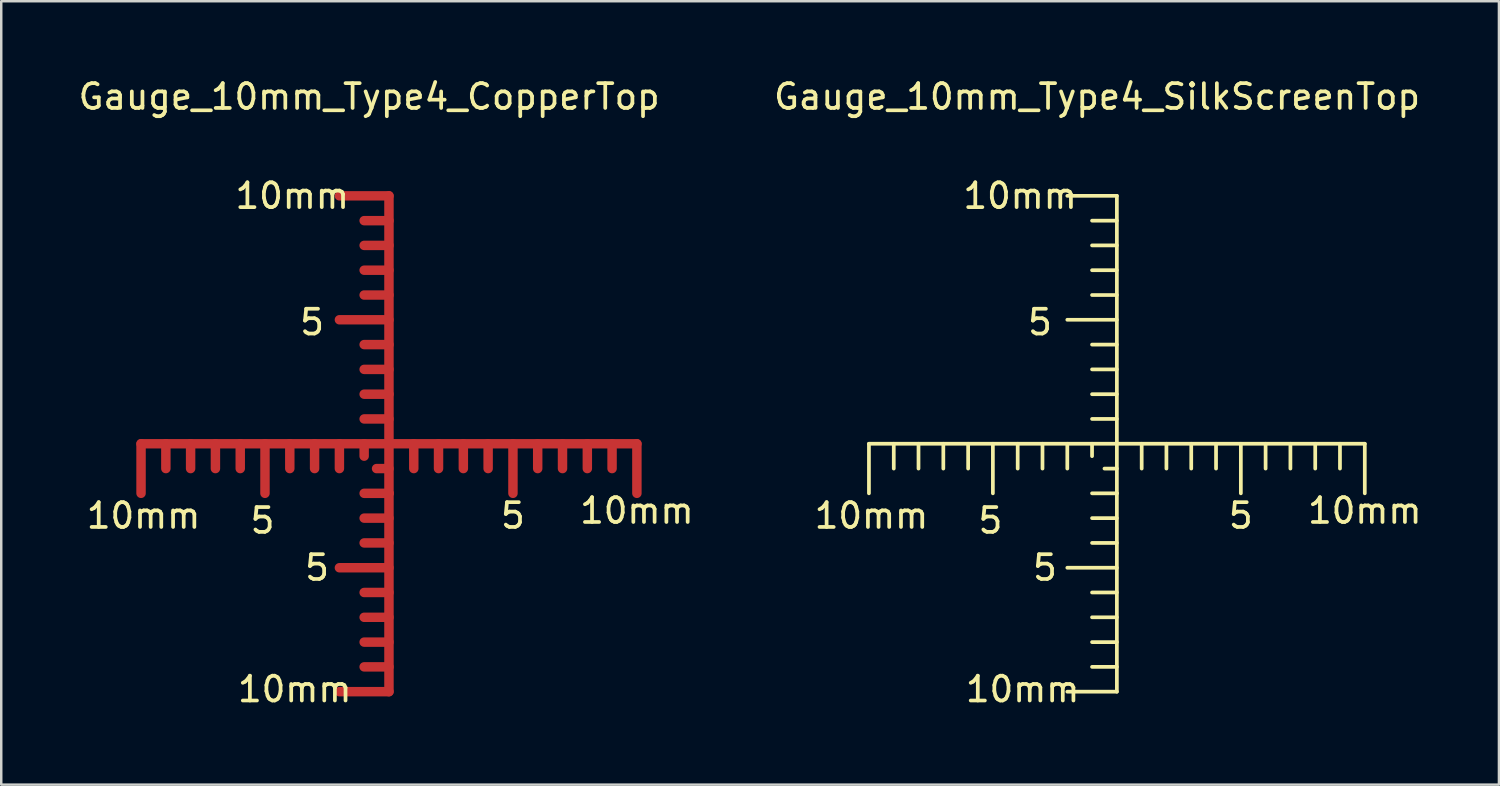
<source format=kicad_pcb>
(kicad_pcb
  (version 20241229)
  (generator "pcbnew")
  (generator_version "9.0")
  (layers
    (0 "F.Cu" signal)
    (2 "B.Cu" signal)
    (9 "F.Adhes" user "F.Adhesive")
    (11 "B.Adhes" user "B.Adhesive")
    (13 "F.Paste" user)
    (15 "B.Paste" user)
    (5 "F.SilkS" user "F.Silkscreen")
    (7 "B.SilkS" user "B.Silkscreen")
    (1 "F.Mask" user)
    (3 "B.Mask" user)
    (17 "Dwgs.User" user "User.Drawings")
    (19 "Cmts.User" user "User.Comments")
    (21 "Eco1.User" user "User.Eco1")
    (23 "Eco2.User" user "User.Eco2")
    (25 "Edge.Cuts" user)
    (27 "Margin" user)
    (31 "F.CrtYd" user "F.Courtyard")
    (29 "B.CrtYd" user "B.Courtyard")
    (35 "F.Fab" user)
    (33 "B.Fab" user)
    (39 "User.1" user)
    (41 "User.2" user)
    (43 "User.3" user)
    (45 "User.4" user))
  (footprint "Gauge_10mm_Type4_CopperTop"
    (layer "F.Cu")
    (at 12.639 14.849)
    (property "Reference" "Gauge_10mm_Type4_CopperTop" (at -0.8 -14 0) (layer "F.SilkS") (effects (font (size 1 1) (thickness 0.15))))
    (attr through_hole)
    (fp_line (start -10 0) (end -10 1.999) (stroke (width 0.381) (type solid)) (layer "F.Cu"))
    (fp_line (start -8.999 0) (end -8.999 1.001) (stroke (width 0.381) (type solid)) (layer "F.Cu"))
    (fp_line (start -8.001 0) (end -8.001 1.001) (stroke (width 0.381) (type solid)) (layer "F.Cu"))
    (fp_line (start -7 0) (end -7 1.001) (stroke (width 0.381) (type solid)) (layer "F.Cu"))
    (fp_line (start -5.999 0) (end -5.999 1.001) (stroke (width 0.381) (type solid)) (layer "F.Cu"))
    (fp_line (start -5.001 0) (end -5.001 1.999) (stroke (width 0.381) (type solid)) (layer "F.Cu"))
    (fp_line (start -4 0) (end -4 1.001) (stroke (width 0.381) (type solid)) (layer "F.Cu"))
    (fp_line (start -3 0) (end -3 1.001) (stroke (width 0.381) (type solid)) (layer "F.Cu"))
    (fp_line (start -1.999 0) (end -1.999 1.001) (stroke (width 0.381) (type solid)) (layer "F.Cu"))
    (fp_line (start -1.001 0) (end -1.001 0.5) (stroke (width 0.381) (type solid)) (layer "F.Cu"))
    (fp_line (start 0 -10) (end -1.999 -10) (stroke (width 0.381) (type solid)) (layer "F.Cu"))
    (fp_line (start 0 -8.999) (end -1.001 -8.999) (stroke (width 0.381) (type solid)) (layer "F.Cu"))
    (fp_line (start 0 -8.001) (end -1.001 -8.001) (stroke (width 0.381) (type solid)) (layer "F.Cu"))
    (fp_line (start 0 -7) (end -1.001 -7) (stroke (width 0.381) (type solid)) (layer "F.Cu"))
    (fp_line (start 0 -5.999) (end -1.001 -5.999) (stroke (width 0.381) (type solid)) (layer "F.Cu"))
    (fp_line (start 0 -5.001) (end -1.999 -5.001) (stroke (width 0.381) (type solid)) (layer "F.Cu"))
    (fp_line (start 0 -4) (end -1.001 -4) (stroke (width 0.381) (type solid)) (layer "F.Cu"))
    (fp_line (start 0 -3) (end -1.001 -3) (stroke (width 0.381) (type solid)) (layer "F.Cu"))
    (fp_line (start 0 -1.999) (end -1.001 -1.999) (stroke (width 0.381) (type solid)) (layer "F.Cu"))
    (fp_line (start 0 -1.001) (end -1.001 -1.001) (stroke (width 0.381) (type solid)) (layer "F.Cu"))
    (fp_line (start 0 0) (end -10 0) (stroke (width 0.381) (type solid)) (layer "F.Cu"))
    (fp_line (start 0 0) (end 0 -10) (stroke (width 0.381) (type solid)) (layer "F.Cu"))
    (fp_line (start 0 0) (end 0 1.999) (stroke (width 0.381) (type solid)) (layer "F.Cu"))
    (fp_line (start 0 0) (end 10 0) (stroke (width 0.381) (type solid)) (layer "F.Cu"))
    (fp_line (start 0 1.001) (end -0.5 1.001) (stroke (width 0.381) (type solid)) (layer "F.Cu"))
    (fp_line (start 0 1.999) (end -1.001 1.999) (stroke (width 0.381) (type solid)) (layer "F.Cu"))
    (fp_line (start 0 1.999) (end 0 10) (stroke (width 0.381) (type solid)) (layer "F.Cu"))
    (fp_line (start 0 3) (end -1.001 3) (stroke (width 0.381) (type solid)) (layer "F.Cu"))
    (fp_line (start 0 4) (end -1.001 4) (stroke (width 0.381) (type solid)) (layer "F.Cu"))
    (fp_line (start 0 5.001) (end -1.999 5.001) (stroke (width 0.381) (type solid)) (layer "F.Cu"))
    (fp_line (start 0 5.999) (end -1.001 5.999) (stroke (width 0.381) (type solid)) (layer "F.Cu"))
    (fp_line (start 0 7) (end -1.001 7) (stroke (width 0.381) (type solid)) (layer "F.Cu"))
    (fp_line (start 0 8.001) (end -1.001 8.001) (stroke (width 0.381) (type solid)) (layer "F.Cu"))
    (fp_line (start 0 8.999) (end -1.001 8.999) (stroke (width 0.381) (type solid)) (layer "F.Cu"))
    (fp_line (start 0 10) (end -1.999 10) (stroke (width 0.381) (type solid)) (layer "F.Cu"))
    (fp_line (start 1.001 0) (end 1.001 1.001) (stroke (width 0.381) (type solid)) (layer "F.Cu"))
    (fp_line (start 1.999 0) (end 1.999 1.001) (stroke (width 0.381) (type solid)) (layer "F.Cu"))
    (fp_line (start 3 0) (end 3 1.001) (stroke (width 0.381) (type solid)) (layer "F.Cu"))
    (fp_line (start 4 0) (end 4 1.001) (stroke (width 0.381) (type solid)) (layer "F.Cu"))
    (fp_line (start 5.001 0) (end 5.001 1.999) (stroke (width 0.381) (type solid)) (layer "F.Cu"))
    (fp_line (start 5.999 0) (end 5.999 1.001) (stroke (width 0.381) (type solid)) (layer "F.Cu"))
    (fp_line (start 7 0) (end 7 1.001) (stroke (width 0.381) (type solid)) (layer "F.Cu"))
    (fp_line (start 8.001 0) (end 8.001 1.001) (stroke (width 0.381) (type solid)) (layer "F.Cu"))
    (fp_line (start 8.999 0) (end 8.999 1.001) (stroke (width 0.381) (type solid)) (layer "F.Cu"))
    (fp_line (start 10 0) (end 10 1.999) (stroke (width 0.381) (type solid)) (layer "F.Cu"))
    (fp_text user "5" (at 4.999 2.901 0) (layer "F.SilkS") (effects (font (size 1 1) (thickness 0.15))))
    (fp_text user "5" (at -2.901 4.999 0) (layer "F.SilkS") (effects (font (size 1 1) (thickness 0.15))))
    (fp_text user "5" (at -3.101 -4.9 0) (layer "F.SilkS") (effects (font (size 1 1) (thickness 0.15))))
    (fp_text user "5" (at -5.1 3.099 0) (layer "F.SilkS") (effects (font (size 1 1) (thickness 0.15))))
    (fp_text user "10mm" (at 10 2.7 0) (layer "F.SilkS") (effects (font (size 1 1) (thickness 0.15))))
    (fp_text user "10mm" (at -3.8 9.901 0) (layer "F.SilkS") (effects (font (size 1 1) (thickness 0.15))))
    (fp_text user "10mm" (at -3.901 -10 0) (layer "F.SilkS") (effects (font (size 1 1) (thickness 0.15))))
    (fp_text user "10mm" (at -9.898 2.901 0) (layer "F.SilkS") (effects (font (size 1 1) (thickness 0.15)))))
  (footprint "Gauge_10mm_Type4_SilkScreenTop"
    (layer "F.Cu")
    (at 41.999 14.849)
    (property "Reference" "Gauge_10mm_Type4_SilkScreenTop" (at -0.8 -14 0) (layer "F.SilkS") (effects (font (size 1 1) (thickness 0.15))))
    (attr through_hole)
    (fp_line (start -10 0) (end -10 1.999) (stroke (width 0.15) (type solid)) (layer "F.SilkS"))
    (fp_line (start -8.999 0) (end -8.999 1.001) (stroke (width 0.15) (type solid)) (layer "F.SilkS"))
    (fp_line (start -8.001 0) (end -8.001 1.001) (stroke (width 0.15) (type solid)) (layer "F.SilkS"))
    (fp_line (start -7 0) (end -7 1.001) (stroke (width 0.15) (type solid)) (layer "F.SilkS"))
    (fp_line (start -5.999 0) (end -5.999 1.001) (stroke (width 0.15) (type solid)) (layer "F.SilkS"))
    (fp_line (start -5.001 0) (end -5.001 1.999) (stroke (width 0.15) (type solid)) (layer "F.SilkS"))
    (fp_line (start -4 0) (end -4 1.001) (stroke (width 0.15) (type solid)) (layer "F.SilkS"))
    (fp_line (start -3 0) (end -3 1.001) (stroke (width 0.15) (type solid)) (layer "F.SilkS"))
    (fp_line (start -1.999 0) (end -1.999 1.001) (stroke (width 0.15) (type solid)) (layer "F.SilkS"))
    (fp_line (start -1.001 0) (end -1.001 0.5) (stroke (width 0.15) (type solid)) (layer "F.SilkS"))
    (fp_line (start 0 -10) (end -1.999 -10) (stroke (width 0.15) (type solid)) (layer "F.SilkS"))
    (fp_line (start 0 -8.999) (end -1.001 -8.999) (stroke (width 0.15) (type solid)) (layer "F.SilkS"))
    (fp_line (start 0 -8.001) (end -1.001 -8.001) (stroke (width 0.15) (type solid)) (layer "F.SilkS"))
    (fp_line (start 0 -7) (end -1.001 -7) (stroke (width 0.15) (type solid)) (layer "F.SilkS"))
    (fp_line (start 0 -5.999) (end -1.001 -5.999) (stroke (width 0.15) (type solid)) (layer "F.SilkS"))
    (fp_line (start 0 -5.001) (end -1.999 -5.001) (stroke (width 0.15) (type solid)) (layer "F.SilkS"))
    (fp_line (start 0 -4) (end -1.001 -4) (stroke (width 0.15) (type solid)) (layer "F.SilkS"))
    (fp_line (start 0 -3) (end -1.001 -3) (stroke (width 0.15) (type solid)) (layer "F.SilkS"))
    (fp_line (start 0 -1.999) (end -1.001 -1.999) (stroke (width 0.15) (type solid)) (layer "F.SilkS"))
    (fp_line (start 0 -1.001) (end -1.001 -1.001) (stroke (width 0.15) (type solid)) (layer "F.SilkS"))
    (fp_line (start 0 0) (end -10 0) (stroke (width 0.15) (type solid)) (layer "F.SilkS"))
    (fp_line (start 0 0) (end 0 -10) (stroke (width 0.15) (type solid)) (layer "F.SilkS"))
    (fp_line (start 0 0) (end 0 1.999) (stroke (width 0.15) (type solid)) (layer "F.SilkS"))
    (fp_line (start 0 0) (end 10 0) (stroke (width 0.15) (type solid)) (layer "F.SilkS"))
    (fp_line (start 0 1.001) (end -0.5 1.001) (stroke (width 0.15) (type solid)) (layer "F.SilkS"))
    (fp_line (start 0 1.999) (end -1.001 1.999) (stroke (width 0.15) (type solid)) (layer "F.SilkS"))
    (fp_line (start 0 1.999) (end 0 10) (stroke (width 0.15) (type solid)) (layer "F.SilkS"))
    (fp_line (start 0 3) (end -1.001 3) (stroke (width 0.15) (type solid)) (layer "F.SilkS"))
    (fp_line (start 0 4) (end -1.001 4) (stroke (width 0.15) (type solid)) (layer "F.SilkS"))
    (fp_line (start 0 5.001) (end -1.999 5.001) (stroke (width 0.15) (type solid)) (layer "F.SilkS"))
    (fp_line (start 0 5.999) (end -1.001 5.999) (stroke (width 0.15) (type solid)) (layer "F.SilkS"))
    (fp_line (start 0 7) (end -1.001 7) (stroke (width 0.15) (type solid)) (layer "F.SilkS"))
    (fp_line (start 0 8.001) (end -1.001 8.001) (stroke (width 0.15) (type solid)) (layer "F.SilkS"))
    (fp_line (start 0 8.999) (end -1.001 8.999) (stroke (width 0.15) (type solid)) (layer "F.SilkS"))
    (fp_line (start 0 10) (end -1.999 10) (stroke (width 0.15) (type solid)) (layer "F.SilkS"))
    (fp_line (start 1.001 0) (end 1.001 1.001) (stroke (width 0.15) (type solid)) (layer "F.SilkS"))
    (fp_line (start 1.999 0) (end 1.999 1.001) (stroke (width 0.15) (type solid)) (layer "F.SilkS"))
    (fp_line (start 3 0) (end 3 1.001) (stroke (width 0.15) (type solid)) (layer "F.SilkS"))
    (fp_line (start 4 0) (end 4 1.001) (stroke (width 0.15) (type solid)) (layer "F.SilkS"))
    (fp_line (start 5.001 0) (end 5.001 1.999) (stroke (width 0.15) (type solid)) (layer "F.SilkS"))
    (fp_line (start 5.999 0) (end 5.999 1.001) (stroke (width 0.15) (type solid)) (layer "F.SilkS"))
    (fp_line (start 7 0) (end 7 1.001) (stroke (width 0.15) (type solid)) (layer "F.SilkS"))
    (fp_line (start 8.001 0) (end 8.001 1.001) (stroke (width 0.15) (type solid)) (layer "F.SilkS"))
    (fp_line (start 8.999 0) (end 8.999 1.001) (stroke (width 0.15) (type solid)) (layer "F.SilkS"))
    (fp_line (start 10 0) (end 10 1.999) (stroke (width 0.15) (type solid)) (layer "F.SilkS"))
    (fp_text user "5" (at -2.901 4.999 0) (layer "F.SilkS") (effects (font (size 1 1) (thickness 0.15))))
    (fp_text user "10mm" (at -3.8 9.901 0) (layer "F.SilkS") (effects (font (size 1 1) (thickness 0.15))))
    (fp_text user "5" (at -5.1 3.099 0) (layer "F.SilkS") (effects (font (size 1 1) (thickness 0.15))))
    (fp_text user "10mm" (at -9.898 2.901 0) (layer "F.SilkS") (effects (font (size 1 1) (thickness 0.15))))
    (fp_text user "10mm" (at 10 2.7 0) (layer "F.SilkS") (effects (font (size 1 1) (thickness 0.15))))
    (fp_text user "5" (at 4.999 2.901 0) (layer "F.SilkS") (effects (font (size 1 1) (thickness 0.15))))
    (fp_text user "10mm" (at -3.901 -10 0) (layer "F.SilkS") (effects (font (size 1 1) (thickness 0.15))))
    (fp_text user "5" (at -3.101 -4.9 0) (layer "F.SilkS") (effects (font (size 1 1) (thickness 0.15)))))
  (gr_rect
    (start -3 -3)
    (end 57.41 28.598)
    (stroke (width 0.1) (type default))
    (fill no)
    (layer "Edge.Cuts")))
</source>
